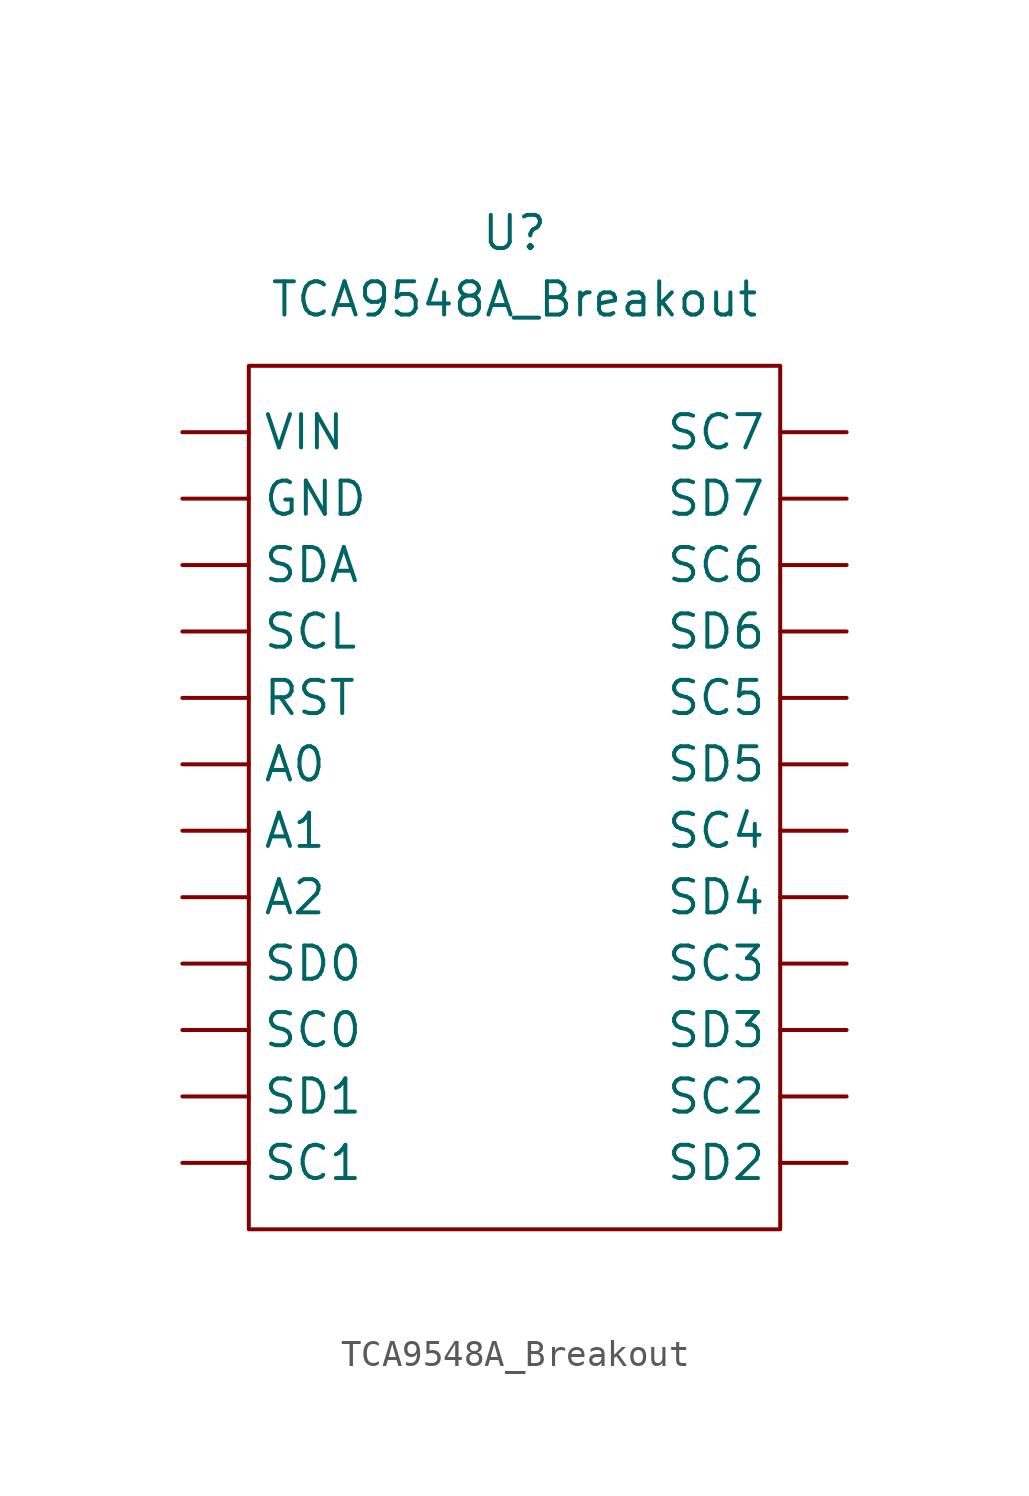
<source format=kicad_sym>
(kicad_symbol_lib
  (version 20211014)
  (generator kicad_symbol_editor)
  (symbol "TCA9548A_Breakout"
    (property "Reference" "U"
      (at 0 16.51 0)
      (effects (font (size 1.27 1.27))))
    (property "Value" "TCA9548A_Breakout"
      (at 0 13.97 0)
      (effects (font (size 1.27 1.27))))
    (symbol "TCA9548A_Breakout_0_1"
      (rectangle (start -10.16 11.43) (end 10.16 -21.59) (stroke (width 0) (type default) (color 0 0 0 0)) (fill (type none))))
    (symbol "TCA9548A_Breakout_1_1"
      (pin input line (at -12.7 -3.81 0) (length 2.54) (name "A0" (effects (font (size 1.27 1.27)))) (number "" (effects (font (size 1.27 1.27)))))
      (pin input line (at -12.7 -6.35 0) (length 2.54) (name "A1" (effects (font (size 1.27 1.27)))) (number "" (effects (font (size 1.27 1.27)))))
      (pin input line (at -12.7 -8.89 0) (length 2.54) (name "A2" (effects (font (size 1.27 1.27)))) (number "" (effects (font (size 1.27 1.27)))))
      (pin power_in line (at -12.7 6.35 0) (length 2.54) (name "GND" (effects (font (size 1.27 1.27)))) (number "" (effects (font (size 1.27 1.27)))))
      (pin input line (at -12.7 -1.27 0) (length 2.54) (name "RST" (effects (font (size 1.27 1.27)))) (number "" (effects (font (size 1.27 1.27)))))
      (pin output line (at -12.7 -13.97 0) (length 2.54) (name "SC0" (effects (font (size 1.27 1.27)))) (number "" (effects (font (size 1.27 1.27)))))
      (pin output line (at -12.7 -19.05 0) (length 2.54) (name "SC1" (effects (font (size 1.27 1.27)))) (number "" (effects (font (size 1.27 1.27)))))
      (pin output line (at 12.7 -16.51 180) (length 2.54) (name "SC2" (effects (font (size 1.27 1.27)))) (number "" (effects (font (size 1.27 1.27)))))
      (pin output line (at 12.7 -11.43 180) (length 2.54) (name "SC3" (effects (font (size 1.27 1.27)))) (number "" (effects (font (size 1.27 1.27)))))
      (pin output line (at 12.7 -6.35 180) (length 2.54) (name "SC4" (effects (font (size 1.27 1.27)))) (number "" (effects (font (size 1.27 1.27)))))
      (pin output line (at 12.7 -1.27 180) (length 2.54) (name "SC5" (effects (font (size 1.27 1.27)))) (number "" (effects (font (size 1.27 1.27)))))
      (pin output line (at 12.7 3.81 180) (length 2.54) (name "SC6" (effects (font (size 1.27 1.27)))) (number "" (effects (font (size 1.27 1.27)))))
      (pin output line (at 12.7 8.89 180) (length 2.54) (name "SC7" (effects (font (size 1.27 1.27)))) (number "" (effects (font (size 1.27 1.27)))))
      (pin input line (at -12.7 1.27 0) (length 2.54) (name "SCL" (effects (font (size 1.27 1.27)))) (number "" (effects (font (size 1.27 1.27)))))
      (pin bidirectional line (at -12.7 -11.43 0) (length 2.54) (name "SD0" (effects (font (size 1.27 1.27)))) (number "" (effects (font (size 1.27 1.27)))))
      (pin bidirectional line (at -12.7 -16.51 0) (length 2.54) (name "SD1" (effects (font (size 1.27 1.27)))) (number "" (effects (font (size 1.27 1.27)))))
      (pin bidirectional line (at 12.7 -19.05 180) (length 2.54) (name "SD2" (effects (font (size 1.27 1.27)))) (number "" (effects (font (size 1.27 1.27)))))
      (pin bidirectional line (at 12.7 -13.97 180) (length 2.54) (name "SD3" (effects (font (size 1.27 1.27)))) (number "" (effects (font (size 1.27 1.27)))))
      (pin bidirectional line (at 12.7 -8.89 180) (length 2.54) (name "SD4" (effects (font (size 1.27 1.27)))) (number "" (effects (font (size 1.27 1.27)))))
      (pin bidirectional line (at 12.7 -3.81 180) (length 2.54) (name "SD5" (effects (font (size 1.27 1.27)))) (number "" (effects (font (size 1.27 1.27)))))
      (pin bidirectional line (at 12.7 1.27 180) (length 2.54) (name "SD6" (effects (font (size 1.27 1.27)))) (number "" (effects (font (size 1.27 1.27)))))
      (pin bidirectional line (at 12.7 6.35 180) (length 2.54) (name "SD7" (effects (font (size 1.27 1.27)))) (number "" (effects (font (size 1.27 1.27)))))
      (pin bidirectional line (at -12.7 3.81 0) (length 2.54) (name "SDA" (effects (font (size 1.27 1.27)))) (number "" (effects (font (size 1.27 1.27)))))
      (pin power_in line (at -12.7 8.89 0) (length 2.54) (name "VIN" (effects (font (size 1.27 1.27)))) (number "" (effects (font (size 1.27 1.27))))))))
</source>
